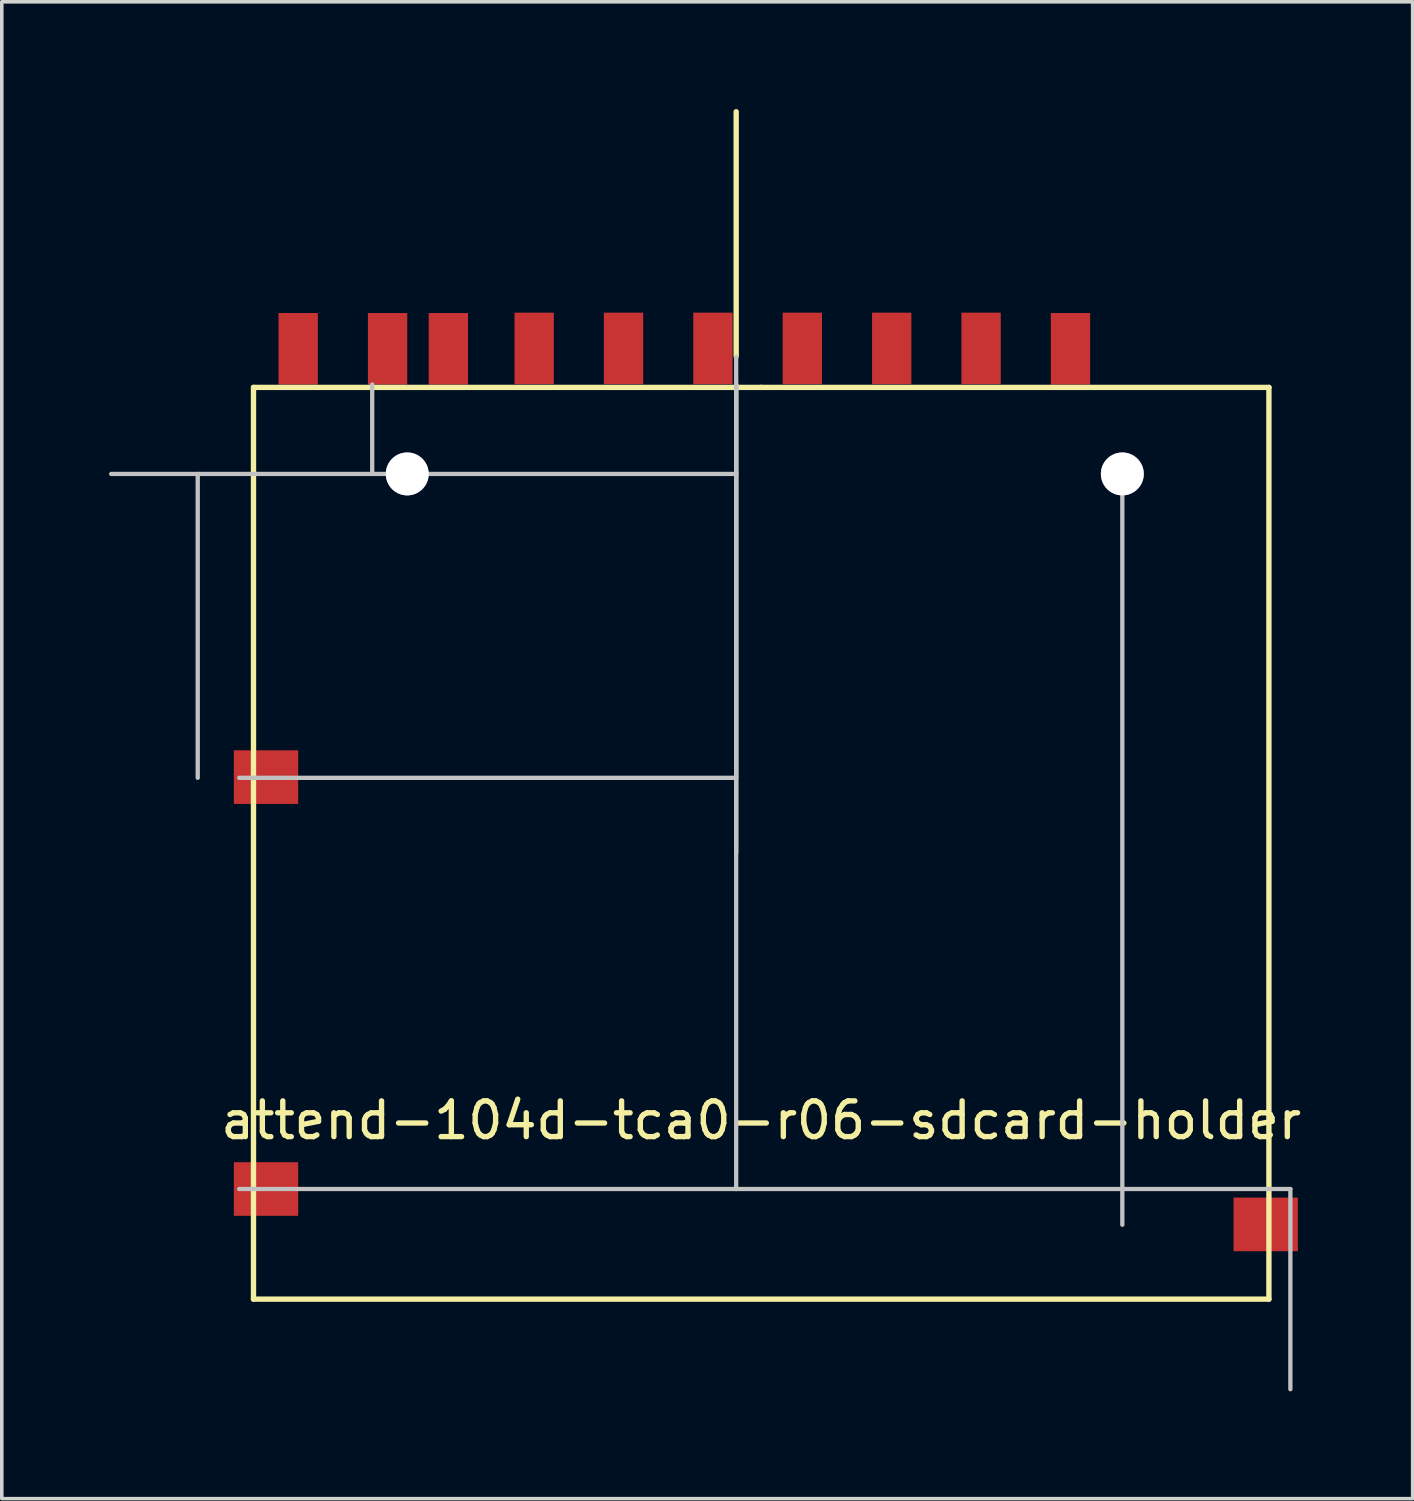
<source format=kicad_pcb>
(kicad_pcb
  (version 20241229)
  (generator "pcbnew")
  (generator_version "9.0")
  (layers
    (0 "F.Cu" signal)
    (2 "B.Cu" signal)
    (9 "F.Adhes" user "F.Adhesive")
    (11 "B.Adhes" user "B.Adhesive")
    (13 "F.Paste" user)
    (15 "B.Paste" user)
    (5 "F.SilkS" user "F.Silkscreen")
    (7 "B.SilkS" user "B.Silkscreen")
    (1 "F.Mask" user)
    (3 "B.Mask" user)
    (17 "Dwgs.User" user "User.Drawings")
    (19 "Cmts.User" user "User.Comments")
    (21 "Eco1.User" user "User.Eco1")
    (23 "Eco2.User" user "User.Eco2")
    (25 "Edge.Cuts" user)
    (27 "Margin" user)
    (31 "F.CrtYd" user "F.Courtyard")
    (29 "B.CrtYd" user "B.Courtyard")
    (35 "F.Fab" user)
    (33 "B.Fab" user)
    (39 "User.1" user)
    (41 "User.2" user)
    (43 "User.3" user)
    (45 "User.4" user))
  (footprint "attend-104d-tca0-r06-sdcard-holder"
    (layer "F.Cu")
    (at 18.24 27.785)
    (property "Reference" "attend-104d-tca0-r06-sdcard-holder" (at 0 0.5 0) (layer "F.SilkS") (effects (font (size 1 1) (thickness 0.15))))
    (attr smd)
    (fp_line (start -14.2 -20) (end -14.2 5.5) (stroke (width 0.15) (type solid)) (layer "F.SilkS"))
    (fp_line (start -14.2 -20) (end 0 -20) (stroke (width 0.15) (type solid)) (layer "F.SilkS"))
    (fp_line (start -14.2 5.5) (end 14.2 5.5) (stroke (width 0.15) (type solid)) (layer "F.SilkS"))
    (fp_line (start -0.7 -20.87) (end -0.7 -27.71) (stroke (width 0.15) (type solid)) (layer "F.SilkS"))
    (fp_line (start 0 -20) (end 14.2 -20) (stroke (width 0.15) (type solid)) (layer "F.SilkS"))
    (fp_line (start 14.2 -20) (end 14.2 5.5) (stroke (width 0.15) (type solid)) (layer "F.SilkS"))
    (fp_line (start -15.76 -17.58) (end -15.76 -9.08) (stroke (width 0.12) (type solid)) (layer "Dwgs.User"))
    (fp_line (start -10.88 -20.08) (end -10.88 -17.58) (stroke (width 0.12) (type solid)) (layer "Dwgs.User"))
    (fp_line (start -10.88 -17.58) (end -18.18 -17.58) (stroke (width 0.12) (type solid)) (layer "Dwgs.User"))
    (fp_line (start -10.88 -17.58) (end -0.7 -17.58) (stroke (width 0.12) (type solid)) (layer "Dwgs.User"))
    (fp_line (start -0.7 -20.85) (end -0.7 -20.08) (stroke (width 0.12) (type solid)) (layer "Dwgs.User"))
    (fp_line (start -0.7 -20.08) (end -0.7 -17.58) (stroke (width 0.12) (type solid)) (layer "Dwgs.User"))
    (fp_line (start -0.7 -20.08) (end -0.7 -6.98) (stroke (width 0.12) (type solid)) (layer "Dwgs.User"))
    (fp_line (start -0.7 -20.08) (end -0.7 2.42) (stroke (width 0.12) (type solid)) (layer "Dwgs.User"))
    (fp_line (start -0.7 -17.58) (end -0.7 -9.08) (stroke (width 0.12) (type solid)) (layer "Dwgs.User"))
    (fp_line (start -0.7 -9.08) (end -14.6 -9.08) (stroke (width 0.12) (type solid)) (layer "Dwgs.User"))
    (fp_line (start -0.7 2.42) (end -14.6 2.42) (stroke (width 0.12) (type solid)) (layer "Dwgs.User"))
    (fp_line (start -0.7 2.42) (end 14.8 2.42) (stroke (width 0.12) (type solid)) (layer "Dwgs.User"))
    (fp_line (start 10.1 -17.58) (end 10.1 3.42) (stroke (width 0.12) (type solid)) (layer "Dwgs.User"))
    (fp_line (start 14.8 2.42) (end 14.8 8.02) (stroke (width 0.12) (type solid)) (layer "Dwgs.User"))
    (pad "" thru_hole circle (at -9.9 -17.58) (size 1.2 1.2) (drill 1.2) (layers "*.Cu" "*.Mask"))
    (pad "" thru_hole circle (at 10.1 -17.58) (size 1.2 1.2) (drill 1.2) (layers "*.Cu" "*.Mask"))
    (pad "1" smd custom (at 6.15 -21.09) (size 1.1 2) (layers "F.Cu" "F.Mask" "F.Paste") (options (anchor rect)) (primitives))
    (pad "2" smd custom (at 3.65 -21.09) (size 1.1 2) (layers "F.Cu" "F.Mask" "F.Paste") (options (anchor rect)) (primitives))
    (pad "3" smd custom (at 1.15 -21.09) (size 1.1 2) (layers "F.Cu" "F.Mask" "F.Paste") (options (anchor rect)) (primitives))
    (pad "4" smd custom (at -1.35 -21.09) (size 1.1 2) (layers "F.Cu" "F.Mask" "F.Paste") (options (anchor rect)) (primitives))
    (pad "5" smd custom (at -3.85 -21.09) (size 1.1 2) (layers "F.Cu" "F.Mask" "F.Paste") (options (anchor rect)) (primitives))
    (pad "6" smd custom (at -6.35 -21.09) (size 1.1 2) (layers "F.Cu" "F.Mask" "F.Paste") (options (anchor rect)) (primitives))
    (pad "7" smd custom (at -8.75 -21.08) (size 1.1 2) (layers "F.Cu" "F.Mask" "F.Paste") (options (anchor rect)) (primitives))
    (pad "8" smd custom (at -10.45 -21.08) (size 1.1 2) (layers "F.Cu" "F.Mask" "F.Paste") (options (anchor rect)) (primitives))
    (pad "9" smd custom (at 8.65 -21.08) (size 1.1 2) (layers "F.Cu" "F.Mask" "F.Paste") (options (anchor rect)) (primitives))
    (pad "10" smd custom (at -12.95 -21.08) (size 1.1 2) (layers "F.Cu" "F.Mask" "F.Paste") (options (anchor rect)) (primitives))
    (pad "11" smd rect (at -13.85 2.42) (size 1.8 1.5) (layers "F.Cu" "F.Mask" "F.Paste"))
    (pad "12" smd rect (at -13.85 -9.1) (size 1.8 1.5) (layers "F.Cu" "F.Mask" "F.Paste"))
    (pad "13" smd rect (at 14.11 3.41) (size 1.8 1.5) (layers "F.Cu" "F.Mask" "F.Paste")))
  (gr_rect
    (start -3 -3)
    (end 36.46 38.865)
    (stroke (width 0.1) (type default))
    (fill no)
    (layer "Edge.Cuts")))
</source>
